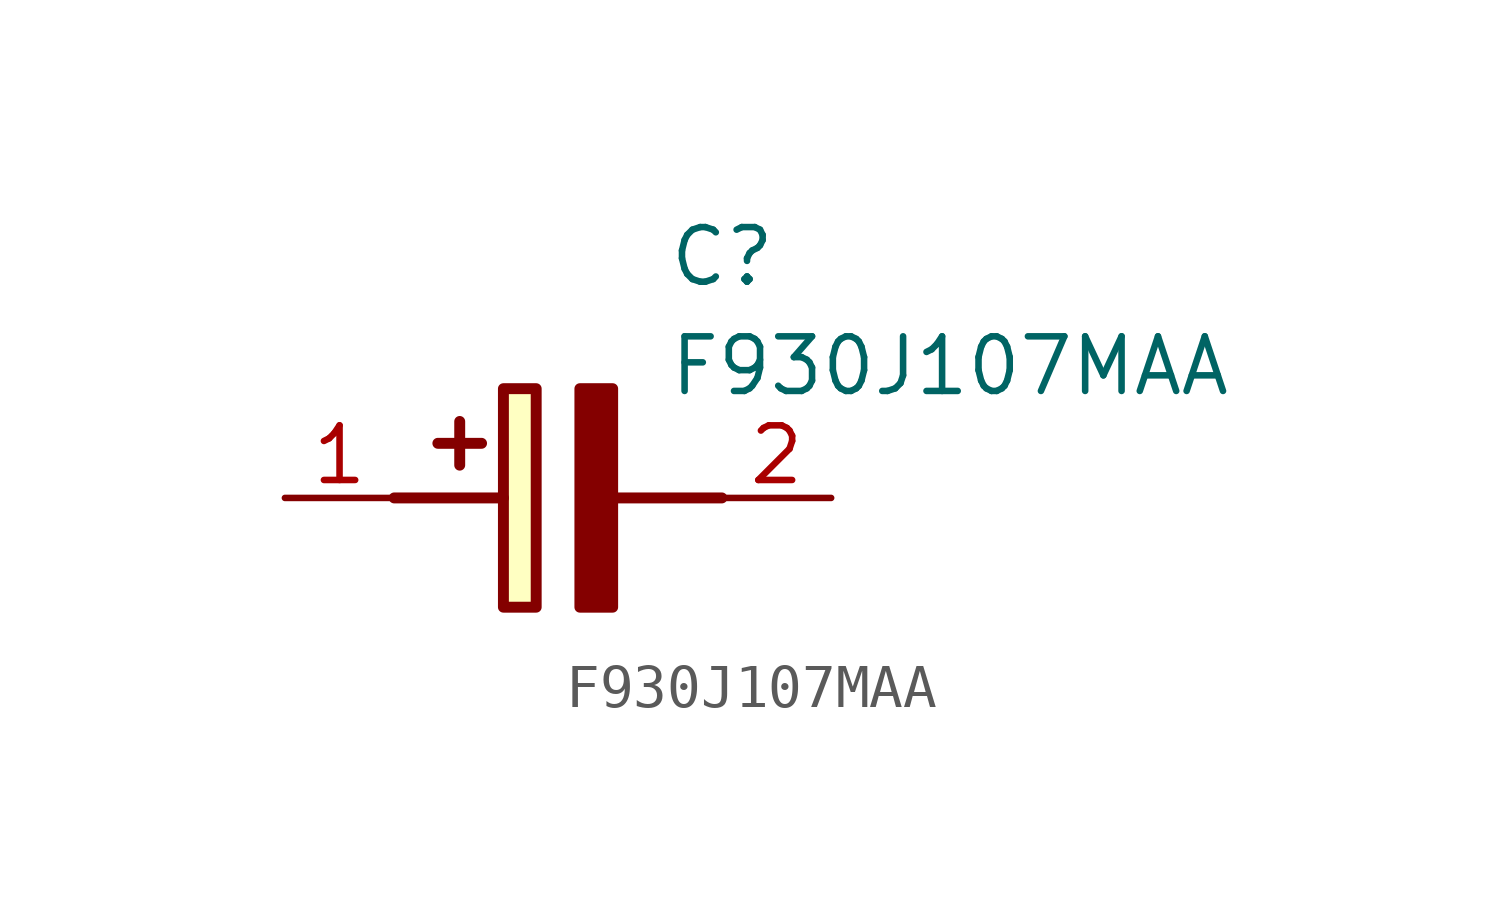
<source format=kicad_sym>
(kicad_symbol_lib
  (version 20211014)
  (generator SamacSys_ECAD_Model)
  (symbol "F930J107MAA"
    (pin_names hide)
    (property "Reference" "C"
      (at 8.89 6.35 0)
      (effects (font (size 1.27 1.27)) (justify left top)))
    (property "Value" "F930J107MAA"
      (at 8.89 3.81 0)
      (effects (font (size 1.27 1.27)) (justify left top)))
    (rectangle
      (start 5.08 2.54)
      (end 5.842 -2.54)
      (stroke (width 0.254) (type default))
      (fill (type background)))
    (polyline
      (pts (xy 4.572 1.27) (xy 3.556 1.27))
      (stroke (width 0.254) (type default))
      (fill (type none)))
    (polyline
      (pts (xy 4.064 1.778) (xy 4.064 0.762))
      (stroke (width 0.254) (type default))
      (fill (type none)))
    (polyline
      (pts (xy 2.54 0) (xy 5.08 0))
      (stroke (width 0.254) (type default))
      (fill (type none)))
    (polyline
      (pts (xy 7.62 0) (xy 10.16 0))
      (stroke (width 0.254) (type default))
      (fill (type none)))
    (polyline
      (pts (xy 7.62 2.54) (xy 7.62 -2.54) (xy 6.858 -2.54) (xy 6.858 2.54) (xy 7.62 2.54))
      (stroke (width 0.254) (type default))
      (fill (type outline)))
    (pin passive line
      (at 0 0 0)
      (length 2.54)
      (name "+" (effects (font (size 1.27 1.27))))
      (number "1" (effects (font (size 1.27 1.27)))))
    (pin passive line
      (at 12.7 0 180)
      (length 2.54)
      (name "-" (effects (font (size 1.27 1.27))))
      (number "2" (effects (font (size 1.27 1.27)))))))
</source>
